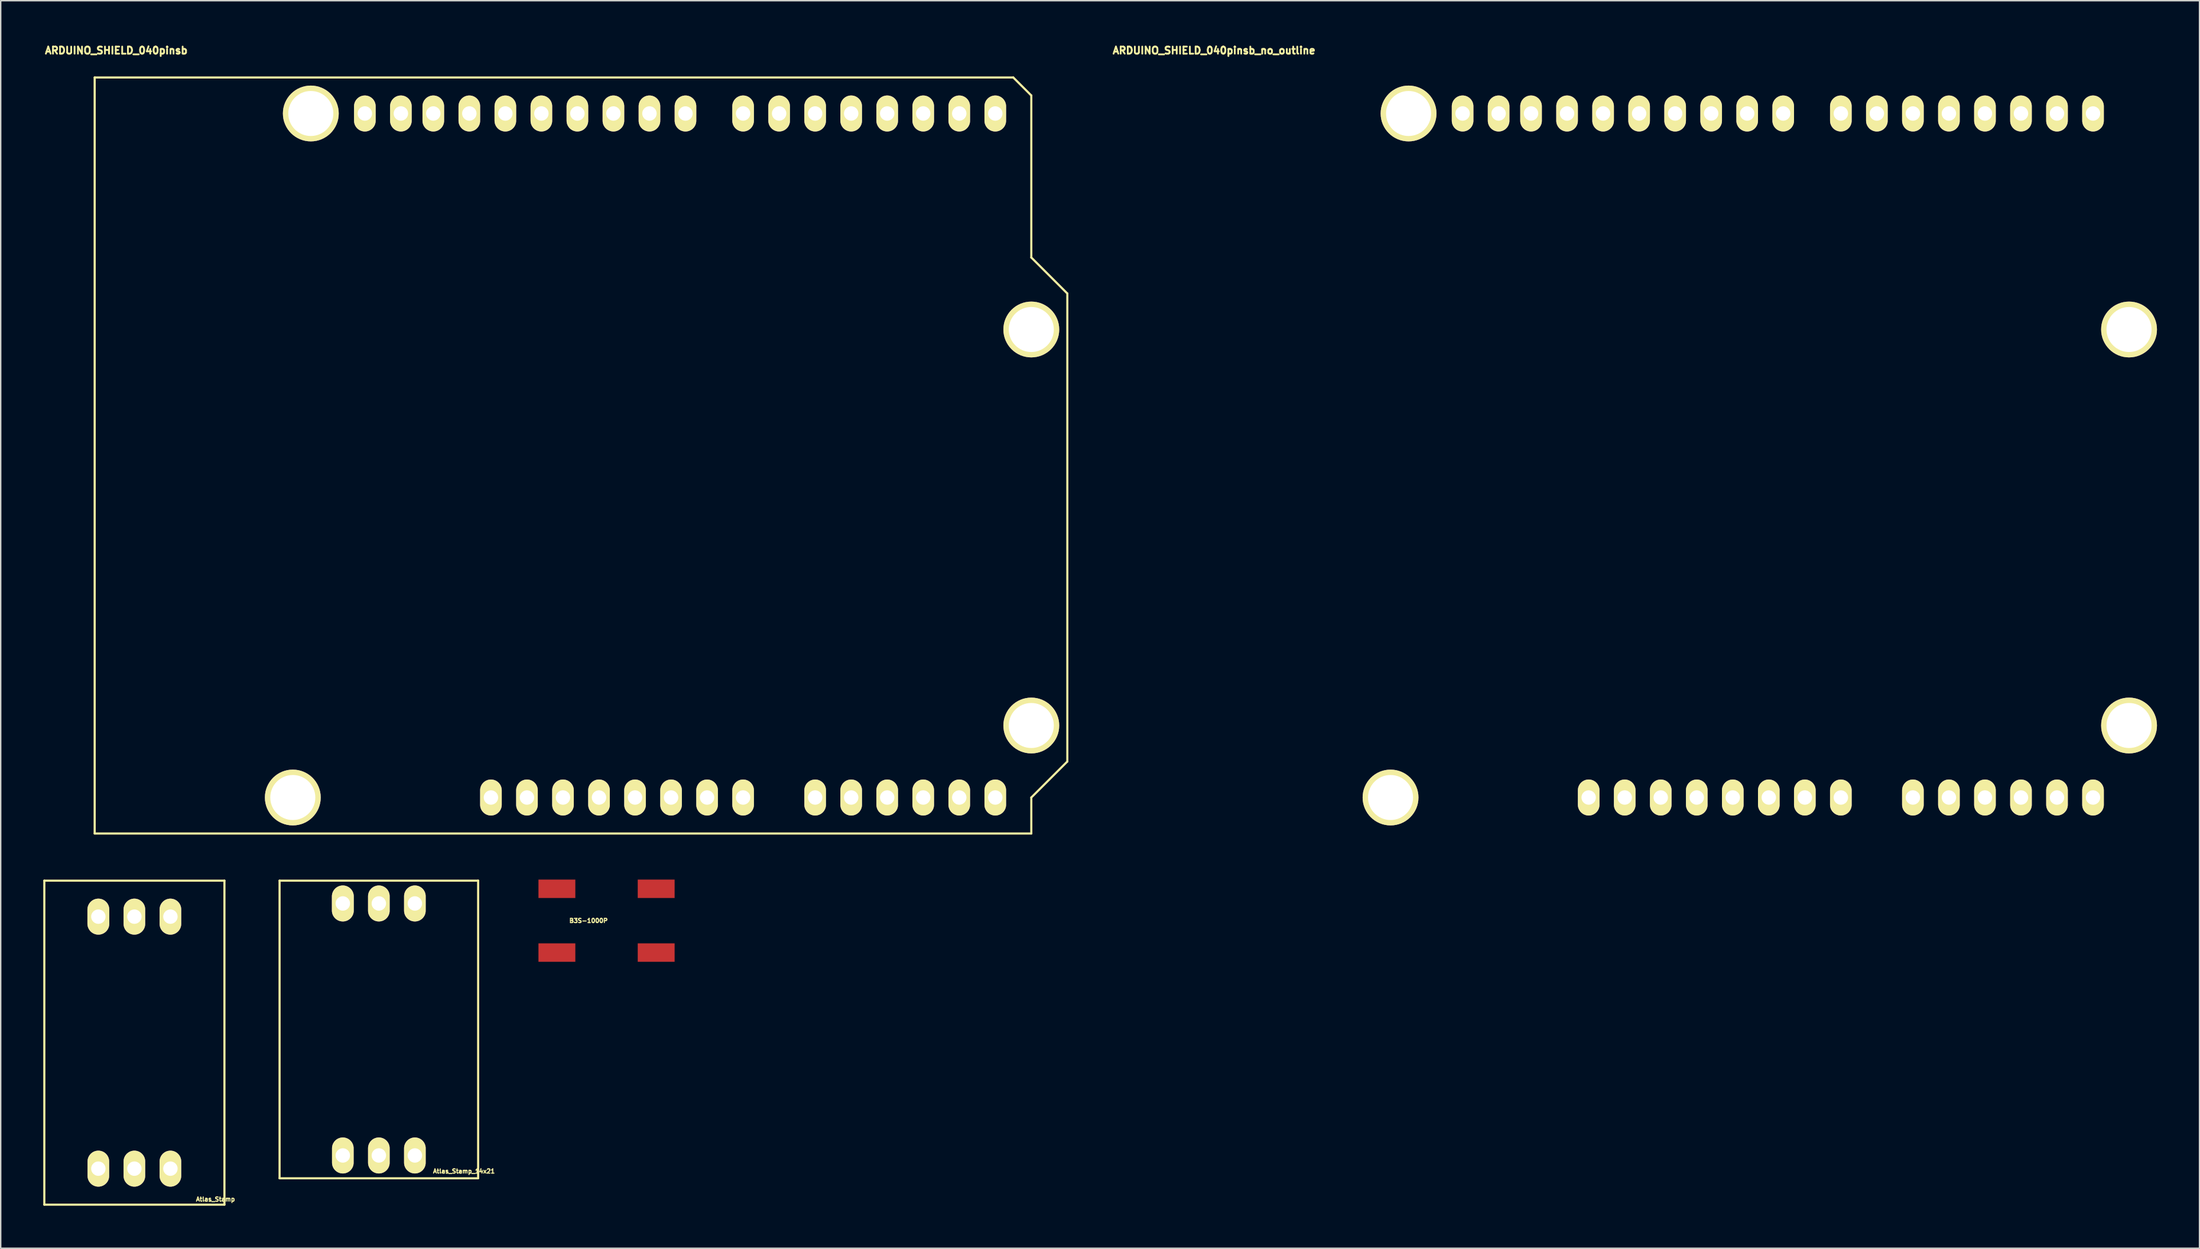
<source format=kicad_pcb>
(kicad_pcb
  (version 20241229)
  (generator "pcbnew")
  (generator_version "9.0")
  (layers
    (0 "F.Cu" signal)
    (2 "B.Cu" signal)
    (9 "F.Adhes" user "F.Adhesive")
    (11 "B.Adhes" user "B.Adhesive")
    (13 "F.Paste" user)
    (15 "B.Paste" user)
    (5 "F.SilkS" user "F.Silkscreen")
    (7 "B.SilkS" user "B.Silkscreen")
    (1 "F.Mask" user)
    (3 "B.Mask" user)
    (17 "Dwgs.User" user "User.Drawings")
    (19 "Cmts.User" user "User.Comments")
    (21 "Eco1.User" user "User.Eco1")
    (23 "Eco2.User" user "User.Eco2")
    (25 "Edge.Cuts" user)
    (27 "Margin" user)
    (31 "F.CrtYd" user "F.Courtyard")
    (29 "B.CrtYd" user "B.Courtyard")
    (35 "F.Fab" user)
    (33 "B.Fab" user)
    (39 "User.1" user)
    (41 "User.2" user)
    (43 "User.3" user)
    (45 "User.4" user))
  (footprint "Atlas_Stamp"
    (layer "F.Cu")
    (at 6.425 70.512)
    (property "Reference" "Atlas_Stamp" (at 5.715 11.049 0) (layer "F.SilkS") (effects (font (size 0.3 0.3) (thickness 0.075))))
    (attr through_hole)
    (fp_line (start -6.35 -11.43) (end 6.35 -11.43) (stroke (width 0.15) (type solid)) (layer "F.SilkS"))
    (fp_line (start -6.35 11.43) (end -6.35 -11.43) (stroke (width 0.15) (type solid)) (layer "F.SilkS"))
    (fp_line (start 6.35 -11.43) (end 6.35 11.43) (stroke (width 0.15) (type solid)) (layer "F.SilkS"))
    (fp_line (start 6.35 11.43) (end -6.35 11.43) (stroke (width 0.15) (type solid)) (layer "F.SilkS"))
    (pad "1" thru_hole oval (at -2.54 -8.89) (size 1.542 2.54) (drill 1.016) (layers "*.Cu" "*.Mask" "F.SilkS"))
    (pad "2" thru_hole oval (at 0 -8.89) (size 1.524 2.54) (drill 1.016) (layers "*.Cu" "*.Mask" "F.SilkS"))
    (pad "3" thru_hole oval (at 2.54 -8.89) (size 1.524 2.54) (drill 1.016) (layers "*.Cu" "*.Mask" "F.SilkS"))
    (pad "4" thru_hole oval (at -2.54 8.89) (size 1.524 2.54) (drill 1.016) (layers "*.Cu" "*.Mask" "F.SilkS"))
    (pad "5" thru_hole oval (at 0 8.89) (size 1.524 2.54) (drill 1.016) (layers "*.Cu" "*.Mask" "F.SilkS"))
    (pad "6" thru_hole oval (at 2.54 8.89) (size 1.524 2.54) (drill 1.016) (layers "*.Cu" "*.Mask" "F.SilkS")))
  (footprint "B3S-1000P"
    (layer "F.Cu")
    (at 39.716 61.907)
    (property "Reference" "B3S-1000P" (at -1.27 0 0) (layer "F.SilkS") (effects (font (size 0.3 0.3) (thickness 0.075))))
    (attr smd)
    (pad "1" smd rect (at -3.5 2.25) (size 2.6 1.3) (layers "F.Cu" "F.Mask" "F.Paste"))
    (pad "1" smd rect (at 3.5 2.25) (size 2.6 1.3) (layers "F.Cu" "F.Mask" "F.Paste"))
    (pad "2" smd rect (at -3.5 -2.25) (size 2.6 1.3) (layers "F.Cu" "F.Mask" "F.Paste"))
    (pad "2" smd rect (at 3.5 -2.25) (size 2.6 1.3) (layers "F.Cu" "F.Mask" "F.Paste")))
  (footprint "Atlas_Stamp_14x21"
    (layer "F.Cu")
    (at 23.662 69.582)
    (property "Reference" "Atlas_Stamp_14x21" (at 6 10 0) (layer "F.SilkS") (effects (font (size 0.3 0.3) (thickness 0.075))))
    (attr through_hole)
    (fp_line (start -7 -10.5) (end -7 10.5) (stroke (width 0.15) (type solid)) (layer "F.SilkS"))
    (fp_line (start -7 10.5) (end 7 10.5) (stroke (width 0.15) (type solid)) (layer "F.SilkS"))
    (fp_line (start 7 -10.5) (end -7 -10.5) (stroke (width 0.15) (type solid)) (layer "F.SilkS"))
    (fp_line (start 7 10.5) (end 7 -10.5) (stroke (width 0.15) (type solid)) (layer "F.SilkS"))
    (pad "1" thru_hole oval (at -2.54 -8.89) (size 1.542 2.54) (drill 1.016) (layers "*.Cu" "*.Mask" "F.SilkS"))
    (pad "2" thru_hole oval (at 0 -8.89) (size 1.524 2.54) (drill 1.016) (layers "*.Cu" "*.Mask" "F.SilkS"))
    (pad "3" thru_hole oval (at 2.54 -8.89) (size 1.524 2.54) (drill 1.016) (layers "*.Cu" "*.Mask" "F.SilkS"))
    (pad "4" thru_hole oval (at -2.54 8.89) (size 1.524 2.54) (drill 1.016) (layers "*.Cu" "*.Mask" "F.SilkS"))
    (pad "5" thru_hole oval (at 0 8.89) (size 1.524 2.54) (drill 1.016) (layers "*.Cu" "*.Mask" "F.SilkS"))
    (pad "6" thru_hole oval (at 2.54 8.89) (size 1.524 2.54) (drill 1.016) (layers "*.Cu" "*.Mask" "F.SilkS")))
  (footprint "ARDUINO_SHIELD_040pinsb"
    (layer "F.Cu")
    (at 3.625 55.757)
    (property "Reference" "ARDUINO_SHIELD_040pinsb" (at 1.524 -55.245 0) (layer "F.SilkS") (effects (font (size 0.5 0.5) (thickness 0.125))))
    (attr through_hole)
    (fp_line (start 0 0) (end 0 -53.34) (stroke (width 0.15) (type solid)) (layer "F.SilkS"))
    (fp_line (start 64.77 -53.34) (end 0 -53.34) (stroke (width 0.15) (type solid)) (layer "F.SilkS"))
    (fp_line (start 66.04 -52.07) (end 64.77 -53.34) (stroke (width 0.15) (type solid)) (layer "F.SilkS"))
    (fp_line (start 66.04 -40.64) (end 66.04 -52.07) (stroke (width 0.15) (type solid)) (layer "F.SilkS"))
    (fp_line (start 66.04 -40.64) (end 68.58 -38.1) (stroke (width 0.15) (type solid)) (layer "F.SilkS"))
    (fp_line (start 66.04 -2.54) (end 66.04 0) (stroke (width 0.15) (type solid)) (layer "F.SilkS"))
    (fp_line (start 66.04 0) (end 0 0) (stroke (width 0.15) (type solid)) (layer "F.SilkS"))
    (fp_line (start 68.58 -38.1) (end 68.58 -5.08) (stroke (width 0.15) (type solid)) (layer "F.SilkS"))
    (fp_line (start 68.58 -5.08) (end 66.04 -2.54) (stroke (width 0.15) (type solid)) (layer "F.SilkS"))
    (pad "" thru_hole circle (at 13.97 -2.54 90) (size 3.937 3.937) (drill 3.175) (layers "*.Cu" "F.SilkS"))
    (pad "" thru_hole circle (at 15.24 -50.8 90) (size 3.937 3.937) (drill 3.175) (layers "*.Cu" "F.SilkS"))
    (pad "" thru_hole circle (at 66.04 -35.56 90) (size 3.937 3.937) (drill 3.175) (layers "*.Cu" "F.SilkS"))
    (pad "" thru_hole circle (at 66.04 -7.62 90) (size 3.937 3.937) (drill 3.175) (layers "*.Cu" "F.SilkS"))
    (pad "0" thru_hole oval (at 63.5 -50.8 90) (size 2.54 1.524) (drill 1.016) (layers "*.Cu" "*.Mask" "F.SilkS"))
    (pad "1" thru_hole oval (at 60.96 -50.8 90) (size 2.54 1.524) (drill 1.016) (layers "*.Cu" "*.Mask" "F.SilkS"))
    (pad "2" thru_hole oval (at 58.42 -50.8 90) (size 2.54 1.524) (drill 1.016) (layers "*.Cu" "*.Mask" "F.SilkS"))
    (pad "3" thru_hole oval (at 55.88 -50.8 90) (size 2.54 1.524) (drill 1.016) (layers "*.Cu" "*.Mask" "F.SilkS"))
    (pad "3V3" thru_hole oval (at 35.56 -2.54 90) (size 2.54 1.524) (drill 1.016) (layers "*.Cu" "*.Mask" "F.SilkS"))
    (pad "4" thru_hole oval (at 53.34 -50.8 90) (size 2.54 1.524) (drill 1.016) (layers "*.Cu" "*.Mask" "F.SilkS"))
    (pad "5" thru_hole oval (at 50.8 -50.8 90) (size 2.54 1.524) (drill 1.016) (layers "*.Cu" "*.Mask" "F.SilkS"))
    (pad "5V" thru_hole oval (at 38.1 -2.54 90) (size 2.54 1.524) (drill 1.016) (layers "*.Cu" "*.Mask" "F.SilkS"))
    (pad "6" thru_hole oval (at 48.26 -50.8 90) (size 2.54 1.524) (drill 1.016) (layers "*.Cu" "*.Mask" "F.SilkS"))
    (pad "7" thru_hole oval (at 45.72 -50.8 90) (size 2.54 1.524) (drill 1.016) (layers "*.Cu" "*.Mask" "F.SilkS"))
    (pad "8" thru_hole oval (at 41.656 -50.8 90) (size 2.54 1.524) (drill 1.016) (layers "*.Cu" "*.Mask" "F.SilkS"))
    (pad "9" thru_hole oval (at 39.116 -50.8 90) (size 2.54 1.524) (drill 1.016) (layers "*.Cu" "*.Mask" "F.SilkS"))
    (pad "10" thru_hole oval (at 36.576 -50.8 90) (size 2.54 1.524) (drill 1.016) (layers "*.Cu" "*.Mask" "F.SilkS"))
    (pad "11" thru_hole oval (at 34.036 -50.8 90) (size 2.54 1.524) (drill 1.016) (layers "*.Cu" "*.Mask" "F.SilkS"))
    (pad "12" thru_hole oval (at 31.496 -50.8 90) (size 2.54 1.524) (drill 1.016) (layers "*.Cu" "*.Mask" "F.SilkS"))
    (pad "13" thru_hole oval (at 28.956 -50.8 90) (size 2.54 1.524) (drill 1.016) (layers "*.Cu" "*.Mask" "F.SilkS"))
    (pad "AD0" thru_hole oval (at 50.8 -2.54 90) (size 2.54 1.524) (drill 1.016) (layers "*.Cu" "*.Mask" "F.SilkS"))
    (pad "AD1" thru_hole oval (at 53.34 -2.54 90) (size 2.54 1.524) (drill 1.016) (layers "*.Cu" "*.Mask" "F.SilkS"))
    (pad "AD2" thru_hole oval (at 55.88 -2.54 90) (size 2.54 1.524) (drill 1.016) (layers "*.Cu" "*.Mask" "F.SilkS"))
    (pad "AD3" thru_hole oval (at 58.42 -2.54 90) (size 2.54 1.524) (drill 1.016) (layers "*.Cu" "*.Mask" "F.SilkS"))
    (pad "AD4" thru_hole oval (at 60.96 -2.54 90) (size 2.54 1.524) (drill 1.016) (layers "*.Cu" "*.Mask" "F.SilkS"))
    (pad "AD5" thru_hole oval (at 63.5 -2.54 90) (size 2.54 1.524) (drill 1.016) (layers "*.Cu" "*.Mask" "F.SilkS"))
    (pad "AREF" thru_hole oval (at 23.876 -50.8 90) (size 2.54 1.524) (drill 1.016) (layers "*.Cu" "*.Mask" "F.SilkS"))
    (pad "GND1" thru_hole oval (at 40.64 -2.54 90) (size 2.54 1.524) (drill 1.016) (layers "*.Cu" "*.Mask" "F.SilkS"))
    (pad "GND2" thru_hole oval (at 43.18 -2.54 90) (size 2.54 1.524) (drill 1.016) (layers "*.Cu" "*.Mask" "F.SilkS"))
    (pad "GND3" thru_hole oval (at 26.416 -50.8 90) (size 2.54 1.524) (drill 1.016) (layers "*.Cu" "*.Mask" "F.SilkS"))
    (pad "IORE" thru_hole oval (at 30.48 -2.54 90) (size 2.54 1.524) (drill 1.016) (layers "*.Cu" "*.Mask" "F.SilkS"))
    (pad "NC" thru_hole oval (at 27.94 -2.54 90) (size 2.54 1.524) (drill 1.016) (layers "*.Cu" "*.Mask" "F.SilkS"))
    (pad "RST" thru_hole oval (at 33.02 -2.54 90) (size 2.54 1.524) (drill 1.016) (layers "*.Cu" "*.Mask" "F.SilkS"))
    (pad "SCL" thru_hole oval (at 19.05 -50.8 90) (size 2.54 1.524) (drill 1.016) (layers "*.Cu" "*.Mask" "F.SilkS"))
    (pad "SDA" thru_hole oval (at 21.59 -50.8 90) (size 2.54 1.524) (drill 1.016) (layers "*.Cu" "*.Mask" "F.SilkS"))
    (pad "V_IN" thru_hole oval (at 45.72 -2.54 90) (size 2.54 1.524) (drill 1.016) (layers "*.Cu" "*.Mask" "F.SilkS")))
  (footprint "ARDUINO_SHIELD_040pinsb_no_outline"
    (layer "F.Cu")
    (at 81.025 55.757)
    (property "Reference" "ARDUINO_SHIELD_040pinsb_no_outline" (at 1.524 -55.245 0) (layer "F.SilkS") (effects (font (size 0.5 0.5) (thickness 0.125))))
    (attr through_hole)
    (pad "" thru_hole circle (at 13.97 -2.54 90) (size 3.937 3.937) (drill 3.175) (layers "*.Cu" "F.SilkS"))
    (pad "" thru_hole circle (at 15.24 -50.8 90) (size 3.937 3.937) (drill 3.175) (layers "*.Cu" "F.SilkS"))
    (pad "" thru_hole circle (at 66.04 -35.56 90) (size 3.937 3.937) (drill 3.175) (layers "*.Cu" "F.SilkS"))
    (pad "" thru_hole circle (at 66.04 -7.62 90) (size 3.937 3.937) (drill 3.175) (layers "*.Cu" "F.SilkS"))
    (pad "0" thru_hole oval (at 63.5 -50.8 90) (size 2.54 1.524) (drill 1.016) (layers "*.Cu" "*.Mask" "F.SilkS"))
    (pad "1" thru_hole oval (at 60.96 -50.8 90) (size 2.54 1.524) (drill 1.016) (layers "*.Cu" "*.Mask" "F.SilkS"))
    (pad "2" thru_hole oval (at 58.42 -50.8 90) (size 2.54 1.524) (drill 1.016) (layers "*.Cu" "*.Mask" "F.SilkS"))
    (pad "3" thru_hole oval (at 55.88 -50.8 90) (size 2.54 1.524) (drill 1.016) (layers "*.Cu" "*.Mask" "F.SilkS"))
    (pad "3V3" thru_hole oval (at 35.56 -2.54 90) (size 2.54 1.524) (drill 1.016) (layers "*.Cu" "*.Mask" "F.SilkS"))
    (pad "4" thru_hole oval (at 53.34 -50.8 90) (size 2.54 1.524) (drill 1.016) (layers "*.Cu" "*.Mask" "F.SilkS"))
    (pad "5" thru_hole oval (at 50.8 -50.8 90) (size 2.54 1.524) (drill 1.016) (layers "*.Cu" "*.Mask" "F.SilkS"))
    (pad "5V" thru_hole oval (at 38.1 -2.54 90) (size 2.54 1.524) (drill 1.016) (layers "*.Cu" "*.Mask" "F.SilkS"))
    (pad "6" thru_hole oval (at 48.26 -50.8 90) (size 2.54 1.524) (drill 1.016) (layers "*.Cu" "*.Mask" "F.SilkS"))
    (pad "7" thru_hole oval (at 45.72 -50.8 90) (size 2.54 1.524) (drill 1.016) (layers "*.Cu" "*.Mask" "F.SilkS"))
    (pad "8" thru_hole oval (at 41.656 -50.8 90) (size 2.54 1.524) (drill 1.016) (layers "*.Cu" "*.Mask" "F.SilkS"))
    (pad "9" thru_hole oval (at 39.116 -50.8 90) (size 2.54 1.524) (drill 1.016) (layers "*.Cu" "*.Mask" "F.SilkS"))
    (pad "10" thru_hole oval (at 36.576 -50.8 90) (size 2.54 1.524) (drill 1.016) (layers "*.Cu" "*.Mask" "F.SilkS"))
    (pad "11" thru_hole oval (at 34.036 -50.8 90) (size 2.54 1.524) (drill 1.016) (layers "*.Cu" "*.Mask" "F.SilkS"))
    (pad "12" thru_hole oval (at 31.496 -50.8 90) (size 2.54 1.524) (drill 1.016) (layers "*.Cu" "*.Mask" "F.SilkS"))
    (pad "13" thru_hole oval (at 28.956 -50.8 90) (size 2.54 1.524) (drill 1.016) (layers "*.Cu" "*.Mask" "F.SilkS"))
    (pad "AD0" thru_hole oval (at 50.8 -2.54 90) (size 2.54 1.524) (drill 1.016) (layers "*.Cu" "*.Mask" "F.SilkS"))
    (pad "AD1" thru_hole oval (at 53.34 -2.54 90) (size 2.54 1.524) (drill 1.016) (layers "*.Cu" "*.Mask" "F.SilkS"))
    (pad "AD2" thru_hole oval (at 55.88 -2.54 90) (size 2.54 1.524) (drill 1.016) (layers "*.Cu" "*.Mask" "F.SilkS"))
    (pad "AD3" thru_hole oval (at 58.42 -2.54 90) (size 2.54 1.524) (drill 1.016) (layers "*.Cu" "*.Mask" "F.SilkS"))
    (pad "AD4" thru_hole oval (at 60.96 -2.54 90) (size 2.54 1.524) (drill 1.016) (layers "*.Cu" "*.Mask" "F.SilkS"))
    (pad "AD5" thru_hole oval (at 63.5 -2.54 90) (size 2.54 1.524) (drill 1.016) (layers "*.Cu" "*.Mask" "F.SilkS"))
    (pad "AREF" thru_hole oval (at 23.876 -50.8 90) (size 2.54 1.524) (drill 1.016) (layers "*.Cu" "*.Mask" "F.SilkS"))
    (pad "GND1" thru_hole oval (at 40.64 -2.54 90) (size 2.54 1.524) (drill 1.016) (layers "*.Cu" "*.Mask" "F.SilkS"))
    (pad "GND2" thru_hole oval (at 43.18 -2.54 90) (size 2.54 1.524) (drill 1.016) (layers "*.Cu" "*.Mask" "F.SilkS"))
    (pad "GND3" thru_hole oval (at 26.416 -50.8 90) (size 2.54 1.524) (drill 1.016) (layers "*.Cu" "*.Mask" "F.SilkS"))
    (pad "IORE" thru_hole oval (at 30.48 -2.54 90) (size 2.54 1.524) (drill 1.016) (layers "*.Cu" "*.Mask" "F.SilkS"))
    (pad "NC" thru_hole oval (at 27.94 -2.54 90) (size 2.54 1.524) (drill 1.016) (layers "*.Cu" "*.Mask" "F.SilkS"))
    (pad "RST" thru_hole oval (at 33.02 -2.54 90) (size 2.54 1.524) (drill 1.016) (layers "*.Cu" "*.Mask" "F.SilkS"))
    (pad "SCL" thru_hole oval (at 19.05 -50.8 90) (size 2.54 1.524) (drill 1.016) (layers "*.Cu" "*.Mask" "F.SilkS"))
    (pad "SDA" thru_hole oval (at 21.59 -50.8 90) (size 2.54 1.524) (drill 1.016) (layers "*.Cu" "*.Mask" "F.SilkS"))
    (pad "V_IN" thru_hole oval (at 45.72 -2.54 90) (size 2.54 1.524) (drill 1.016) (layers "*.Cu" "*.Mask" "F.SilkS")))
  (gr_rect
    (start -3 -3)
    (end 152.033 85.017)
    (stroke (width 0.1) (type default))
    (fill no)
    (layer "Edge.Cuts")))
</source>
